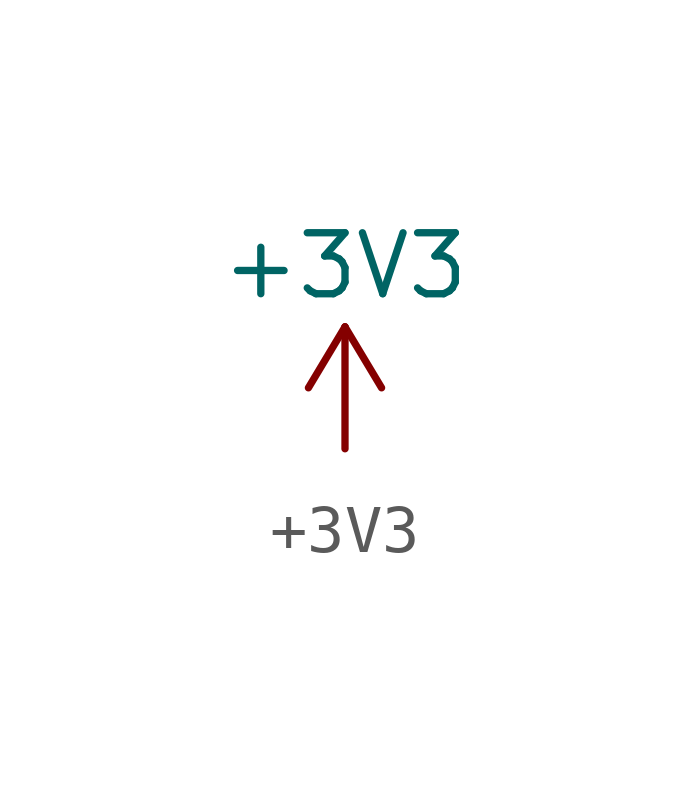
<source format=kicad_sym>
(kicad_symbol_lib
  (version 20220914)
  (generator kicad_symbol_editor)
  (symbol "+3V3"
    (power)
    (pin_numbers hide)
    (pin_names
      (offset 0))
    (property "Reference" "#PWR"
      (at 1.27 0 90)
      (effects (font (size 1.27 1.27)) hide))
    (property "Value" "+3V3"
      (at 0 3.81 0)
      (effects (font (size 1.27 1.27))))
    (symbol "+3V3_1_1"
      (polyline (pts (xy -0.762 1.27) (xy 0 2.54)) (stroke (width 0) (type default)) (fill (type none)))
      (polyline (pts (xy 0 0) (xy 0 2.54)) (stroke (width 0) (type default)) (fill (type none)))
      (polyline (pts (xy 0 2.54) (xy 0.762 1.27)) (stroke (width 0) (type default)) (fill (type none)))
      (pin power_in line (at 0 0 90) (length 0) hide (name "+3V3" (effects (font (size 1.27 1.27)))) (number "1" (effects (font (size 1.27 1.27))))))))
</source>
